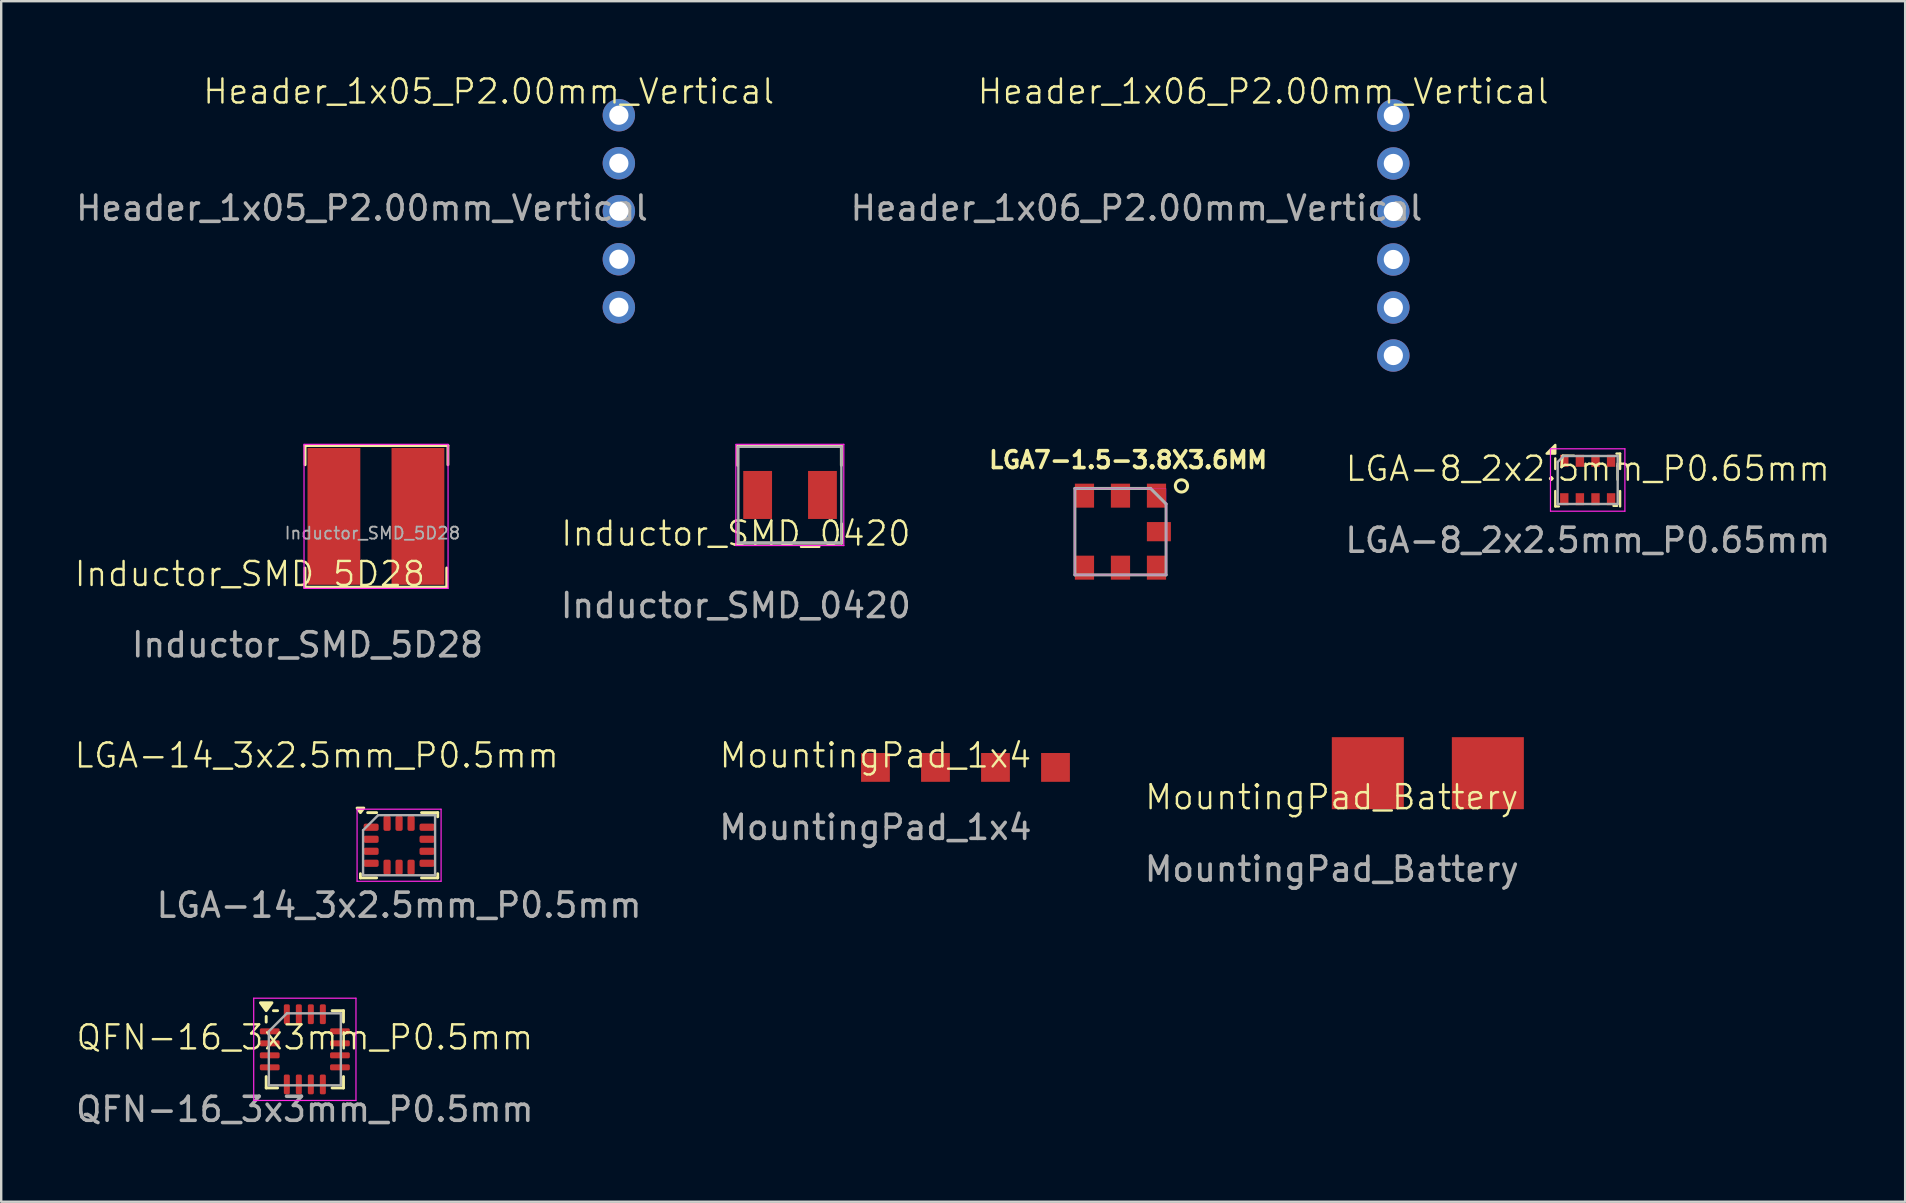
<source format=kicad_pcb>
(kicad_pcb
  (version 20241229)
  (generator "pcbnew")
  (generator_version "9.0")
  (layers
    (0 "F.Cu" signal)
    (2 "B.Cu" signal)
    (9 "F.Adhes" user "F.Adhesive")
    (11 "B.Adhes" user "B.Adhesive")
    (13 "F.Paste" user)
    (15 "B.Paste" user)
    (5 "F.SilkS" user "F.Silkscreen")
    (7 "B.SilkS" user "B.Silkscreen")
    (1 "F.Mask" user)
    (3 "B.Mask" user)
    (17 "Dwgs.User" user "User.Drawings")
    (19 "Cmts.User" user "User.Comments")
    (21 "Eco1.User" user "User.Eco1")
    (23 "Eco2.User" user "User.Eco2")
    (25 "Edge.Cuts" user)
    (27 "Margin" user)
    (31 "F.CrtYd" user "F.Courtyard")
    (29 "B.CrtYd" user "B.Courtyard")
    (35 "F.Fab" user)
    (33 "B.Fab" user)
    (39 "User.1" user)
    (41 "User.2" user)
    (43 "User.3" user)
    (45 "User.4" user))
  (footprint "Inductor_SMD_0420"
    (layer "F.Cu")
    (at 27.605 19.677)
    (property "Reference" "Inductor_SMD_0420" (at 0 -0.5 0) (unlocked yes) (layer "F.SilkS") (effects (font (size 1 1) (thickness 0.1))))
    (attr smd)
    (fp_line (start 0.073 -4.14) (end 0.073 -3.34) (stroke (width 0.12) (type solid)) (layer "F.SilkS"))
    (fp_line (start 0.073 -4.14) (end 4.394 -4.14) (stroke (width 0.12) (type solid)) (layer "F.SilkS"))
    (fp_line (start 0.089 -0.102) (end 0.089 -0.902) (stroke (width 0.12) (type solid)) (layer "F.SilkS"))
    (fp_line (start 4.394 -4.14) (end 4.394 -3.34) (stroke (width 0.12) (type solid)) (layer "F.SilkS"))
    (fp_line (start 4.41 -0.102) (end 0.089 -0.102) (stroke (width 0.12) (type solid)) (layer "F.SilkS"))
    (fp_line (start 4.41 -0.102) (end 4.41 -0.902) (stroke (width 0.12) (type solid)) (layer "F.SilkS"))
    (fp_line (start 0 -4.2) (end 0 0) (stroke (width 0.05) (type solid)) (layer "F.CrtYd"))
    (fp_line (start 0 0) (end 4.5 0) (stroke (width 0.05) (type solid)) (layer "F.CrtYd"))
    (fp_line (start 4.496 0) (end 4.496 -4.216) (stroke (width 0.05) (type solid)) (layer "F.CrtYd"))
    (fp_line (start 4.5 -4.216) (end 0 -4.216) (stroke (width 0.05) (type solid)) (layer "F.CrtYd"))
    (fp_line (start 0.089 -0.127) (end 4.381 -0.127) (stroke (width 0.1) (type solid)) (layer "F.Fab"))
    (fp_line (start 0.102 -4.115) (end 0.102 -0.115) (stroke (width 0.1) (type solid)) (layer "F.Fab"))
    (fp_line (start 0.102 -0.102) (end 4.394 -0.102) (stroke (width 0.1) (type solid)) (layer "F.Fab"))
    (fp_line (start 4.394 -4.115) (end 0.102 -4.115) (stroke (width 0.1) (type solid)) (layer "F.Fab"))
    (fp_line (start 4.394 -0.102) (end 4.394 -4.115) (stroke (width 0.1) (type solid)) (layer "F.Fab"))
    (fp_text user "${REFERENCE}" (at 0 2.5 0) (unlocked yes) (layer "F.Fab") (effects (font (size 1 1) (thickness 0.15))))
    (pad "1" smd rect (at 0.907 -2.108) (size 1.2 2) (layers "F.Cu" "F.Mask" "F.Paste"))
    (pad "2" smd rect (at 3.607 -2.108) (size 1.2 2) (layers "F.Cu" "F.Mask" "F.Paste")))
  (footprint "QFN-16_3x3mm_P0.5mm"
    (layer "F.Cu")
    (at 9.649 40.663)
    (property "Reference" "QFN-16_3x3mm_P0.5mm" (at 0 -0.5 0) (unlocked yes) (layer "F.SilkS") (effects (font (size 1 1) (thickness 0.1))))
    (attr smd)
    (fp_line (start -1.61 -1.135) (end -1.61 -1.37) (stroke (width 0.12) (type solid)) (layer "F.SilkS"))
    (fp_line (start -1.61 1.61) (end -1.61 1.135) (stroke (width 0.12) (type solid)) (layer "F.SilkS"))
    (fp_line (start -1.135 -1.61) (end -1.31 -1.61) (stroke (width 0.12) (type solid)) (layer "F.SilkS"))
    (fp_line (start -1.135 1.61) (end -1.61 1.61) (stroke (width 0.12) (type solid)) (layer "F.SilkS"))
    (fp_line (start 1.135 -1.61) (end 1.61 -1.61) (stroke (width 0.12) (type solid)) (layer "F.SilkS"))
    (fp_line (start 1.135 1.61) (end 1.61 1.61) (stroke (width 0.12) (type solid)) (layer "F.SilkS"))
    (fp_line (start 1.61 -1.61) (end 1.61 -1.135) (stroke (width 0.12) (type solid)) (layer "F.SilkS"))
    (fp_line (start 1.61 1.61) (end 1.61 1.135) (stroke (width 0.12) (type solid)) (layer "F.SilkS"))
    (fp_poly (pts (xy -1.61 -1.61) (xy -1.85 -1.94) (xy -1.37 -1.94) (xy -1.61 -1.61)) (stroke (width 0.12) (type solid)) (fill yes) (layer "F.SilkS"))
    (fp_line (start -2.13 -2.13) (end -2.13 2.13) (stroke (width 0.05) (type solid)) (layer "F.CrtYd"))
    (fp_line (start -2.13 2.13) (end 2.13 2.13) (stroke (width 0.05) (type solid)) (layer "F.CrtYd"))
    (fp_line (start 2.13 -2.13) (end -2.13 -2.13) (stroke (width 0.05) (type solid)) (layer "F.CrtYd"))
    (fp_line (start 2.13 2.13) (end 2.13 -2.13) (stroke (width 0.05) (type solid)) (layer "F.CrtYd"))
    (fp_line (start -1.5 -0.75) (end -0.75 -1.5) (stroke (width 0.1) (type solid)) (layer "F.Fab"))
    (fp_line (start -1.5 1.5) (end -1.5 -0.75) (stroke (width 0.1) (type solid)) (layer "F.Fab"))
    (fp_line (start -0.75 -1.5) (end 1.5 -1.5) (stroke (width 0.1) (type solid)) (layer "F.Fab"))
    (fp_line (start 1.5 -1.5) (end 1.5 1.5) (stroke (width 0.1) (type solid)) (layer "F.Fab"))
    (fp_line (start 1.5 1.5) (end -1.5 1.5) (stroke (width 0.1) (type solid)) (layer "F.Fab"))
    (fp_text user "${REFERENCE}" (at 0 2.5 0) (unlocked yes) (layer "F.Fab") (effects (font (size 1 1) (thickness 0.15))))
    (pad "1" smd roundrect (at -1.462 -0.75) (size 0.825 0.25) (layers "F.Cu" "F.Mask" "F.Paste") (roundrect_rratio 0.25))
    (pad "2" smd roundrect (at -1.462 -0.25) (size 0.825 0.25) (layers "F.Cu" "F.Mask" "F.Paste") (roundrect_rratio 0.25))
    (pad "3" smd roundrect (at -1.462 0.25) (size 0.825 0.25) (layers "F.Cu" "F.Mask" "F.Paste") (roundrect_rratio 0.25))
    (pad "4" smd roundrect (at -1.462 0.75) (size 0.825 0.25) (layers "F.Cu" "F.Mask" "F.Paste") (roundrect_rratio 0.25))
    (pad "5" smd roundrect (at -0.75 1.462) (size 0.25 0.825) (layers "F.Cu" "F.Mask" "F.Paste") (roundrect_rratio 0.25))
    (pad "6" smd roundrect (at -0.25 1.462) (size 0.25 0.825) (layers "F.Cu" "F.Mask" "F.Paste") (roundrect_rratio 0.25))
    (pad "7" smd roundrect (at 0.25 1.462) (size 0.25 0.825) (layers "F.Cu" "F.Mask" "F.Paste") (roundrect_rratio 0.25))
    (pad "8" smd roundrect (at 0.75 1.462) (size 0.25 0.825) (layers "F.Cu" "F.Mask" "F.Paste") (roundrect_rratio 0.25))
    (pad "9" smd roundrect (at 1.462 0.75) (size 0.825 0.25) (layers "F.Cu" "F.Mask" "F.Paste") (roundrect_rratio 0.25))
    (pad "10" smd roundrect (at 1.462 0.25) (size 0.825 0.25) (layers "F.Cu" "F.Mask" "F.Paste") (roundrect_rratio 0.25))
    (pad "11" smd roundrect (at 1.462 -0.25) (size 0.825 0.25) (layers "F.Cu" "F.Mask" "F.Paste") (roundrect_rratio 0.25))
    (pad "12" smd roundrect (at 1.462 -0.75) (size 0.825 0.25) (layers "F.Cu" "F.Mask" "F.Paste") (roundrect_rratio 0.25))
    (pad "13" smd roundrect (at 0.75 -1.462) (size 0.25 0.825) (layers "F.Cu" "F.Mask" "F.Paste") (roundrect_rratio 0.25))
    (pad "14" smd roundrect (at 0.25 -1.462) (size 0.25 0.825) (layers "F.Cu" "F.Mask" "F.Paste") (roundrect_rratio 0.25))
    (pad "15" smd roundrect (at -0.25 -1.462) (size 0.25 0.825) (layers "F.Cu" "F.Mask" "F.Paste") (roundrect_rratio 0.25))
    (pad "16" smd roundrect (at -0.75 -1.462) (size 0.25 0.825) (layers "F.Cu" "F.Mask" "F.Paste") (roundrect_rratio 0.25)))
  (footprint "LGA-8_2x2.5mm_P0.65mm"
    (layer "F.Cu")
    (at 63.095 16.956)
    (property "Reference" "LGA-8_2x2.5mm_P0.65mm" (at 0 -0.48 0) (unlocked yes) (layer "F.SilkS") (effects (font (size 1 1) (thickness 0.1))))
    (attr smd)
    (fp_line (start -1.355 -0.47) (end -1.355 -0.91) (stroke (width 0.1) (type solid)) (layer "F.SilkS"))
    (fp_line (start -1.355 1.09) (end -1.355 0.45) (stroke (width 0.1) (type solid)) (layer "F.SilkS"))
    (fp_line (start -1.355 1.09) (end -1.205 1.09) (stroke (width 0.1) (type solid)) (layer "F.SilkS"))
    (fp_line (start 1.07 1.065) (end 1.22 1.065) (stroke (width 0.1) (type solid)) (layer "F.SilkS"))
    (fp_line (start 1.195 -1.11) (end 1.345 -1.11) (stroke (width 0.1) (type solid)) (layer "F.SilkS"))
    (fp_line (start 1.345 -0.47) (end 1.345 -1.11) (stroke (width 0.1) (type solid)) (layer "F.SilkS"))
    (fp_line (start 1.345 1.09) (end 1.345 0.45) (stroke (width 0.1) (type solid)) (layer "F.SilkS"))
    (fp_poly (pts (xy -1.355 -1.11) (xy -1.715 -1.11) (xy -1.355 -1.47) (xy -1.355 -1.11)) (stroke (width 0.1) (type solid)) (fill yes) (layer "F.SilkS"))
    (fp_line (start -1.555 -1.31) (end 1.545 -1.31) (stroke (width 0.05) (type solid)) (layer "F.CrtYd"))
    (fp_line (start -1.555 1.29) (end -1.555 -1.31) (stroke (width 0.05) (type solid)) (layer "F.CrtYd"))
    (fp_line (start 1.545 -1.31) (end 1.545 1.29) (stroke (width 0.05) (type solid)) (layer "F.CrtYd"))
    (fp_line (start 1.545 1.29) (end -1.555 1.29) (stroke (width 0.05) (type solid)) (layer "F.CrtYd"))
    (fp_line (start -1.255 0.99) (end -1.255 -0.76) (stroke (width 0.1) (type solid)) (layer "F.Fab"))
    (fp_line (start -1.255 0.99) (end 1.245 0.99) (stroke (width 0.1) (type solid)) (layer "F.Fab"))
    (fp_line (start -1.005 -1.01) (end -1.255 -0.76) (stroke (width 0.1) (type solid)) (layer "F.Fab"))
    (fp_line (start 1.245 -1.01) (end -1.005 -1.01) (stroke (width 0.1) (type solid)) (layer "F.Fab"))
    (fp_line (start 1.245 -1.01) (end 1.245 0.99) (stroke (width 0.1) (type solid)) (layer "F.Fab"))
    (fp_text user "${REFERENCE}" (at 0 2.5 0) (unlocked yes) (layer "F.Fab") (effects (font (size 1 1) (thickness 0.15))))
    (pad "1" smd rect (at -0.98 -0.81 90) (size 0.5 0.35) (layers "F.Cu" "F.Mask" "F.Paste"))
    (pad "2" smd rect (at -0.33 -0.81 90) (size 0.5 0.35) (layers "F.Cu" "F.Mask" "F.Paste"))
    (pad "3" smd rect (at 0.32 -0.81 90) (size 0.5 0.35) (layers "F.Cu" "F.Mask" "F.Paste"))
    (pad "4" smd rect (at 0.97 -0.81 90) (size 0.5 0.35) (layers "F.Cu" "F.Mask" "F.Paste"))
    (pad "5" smd rect (at 0.97 0.79 90) (size 0.5 0.35) (layers "F.Cu" "F.Mask" "F.Paste"))
    (pad "6" smd rect (at 0.32 0.79 90) (size 0.5 0.35) (layers "F.Cu" "F.Mask" "F.Paste"))
    (pad "7" smd rect (at -0.33 0.79 90) (size 0.5 0.35) (layers "F.Cu" "F.Mask" "F.Paste"))
    (pad "8" smd rect (at -0.98 0.79 90) (size 0.5 0.35) (layers "F.Cu" "F.Mask" "F.Paste")))
  (footprint "Header_1x06_P2.00mm_Vertical"
    (layer "F.Cu")
    (at 54.994 1.76)
    (property "Reference" "Header_1x06_P2.00mm_Vertical" (at -5.42 -1 0) (unlocked yes) (layer "F.SilkS") (effects (font (size 1 1) (thickness 0.1))))
    (attr through_hole)
    (fp_text user "${REFERENCE}" (at -10.7 3.86 0) (unlocked yes) (layer "F.Fab") (effects (font (size 1 1) (thickness 0.15))))
    (pad "1" thru_hole oval (at 0 0) (size 1.35 1.35) (drill 0.8) (layers "*.Cu" "*.Mask"))
    (pad "2" thru_hole oval (at 0 2) (size 1.35 1.35) (drill 0.8) (layers "*.Cu" "*.Mask"))
    (pad "3" thru_hole oval (at 0 4) (size 1.35 1.35) (drill 0.8) (layers "*.Cu" "*.Mask"))
    (pad "4" thru_hole oval (at 0 6) (size 1.35 1.35) (drill 0.8) (layers "*.Cu" "*.Mask"))
    (pad "5" thru_hole oval (at 0 8) (size 1.35 1.35) (drill 0.8) (layers "*.Cu" "*.Mask"))
    (pad "6" thru_hole oval (at 0 10) (size 1.35 1.35) (drill 0.8) (layers "*.Cu" "*.Mask")))
  (footprint "Header_1x05_P2.00mm_Vertical"
    (layer "F.Cu")
    (at 22.73 1.76)
    (property "Reference" "Header_1x05_P2.00mm_Vertical" (at -5.42 -1 0) (unlocked yes) (layer "F.SilkS") (effects (font (size 1 1) (thickness 0.1))))
    (attr through_hole)
    (fp_text user "${REFERENCE}" (at -10.7 3.86 0) (unlocked yes) (layer "F.Fab") (effects (font (size 1 1) (thickness 0.15))))
    (pad "1" thru_hole oval (at 0 -0.01) (size 1.35 1.35) (drill 0.8) (layers "*.Cu" "*.Mask"))
    (pad "2" thru_hole oval (at 0 1.99) (size 1.35 1.35) (drill 0.8) (layers "*.Cu" "*.Mask"))
    (pad "3" thru_hole oval (at 0 3.99) (size 1.35 1.35) (drill 0.8) (layers "*.Cu" "*.Mask"))
    (pad "4" thru_hole oval (at 0 5.99) (size 1.35 1.35) (drill 0.8) (layers "*.Cu" "*.Mask"))
    (pad "5" thru_hole oval (at 0 7.99) (size 1.35 1.35) (drill 0.8) (layers "*.Cu" "*.Mask")))
  (footprint "Inductor_SMD_5D28"
    (layer "F.Cu")
    (at 9.76 21.311)
    (property "Reference" "Inductor_SMD_5D28" (at -2.4 -0.45 0) (unlocked yes) (layer "F.SilkS") (effects (font (size 1 1) (thickness 0.1))))
    (attr smd)
    (fp_line (start -0.105 0.1) (end -0.105 -0.7) (stroke (width 0.12) (type solid)) (layer "F.SilkS"))
    (fp_line (start -0.105 0.1) (end 5.8 0.1) (stroke (width 0.12) (type solid)) (layer "F.SilkS"))
    (fp_line (start -0.1 -5.8) (end -0.1 -5) (stroke (width 0.12) (type solid)) (layer "F.SilkS"))
    (fp_line (start -0.1 -5.8) (end 5.85 -5.8) (stroke (width 0.12) (type solid)) (layer "F.SilkS"))
    (fp_line (start 5.8 0.1) (end 5.8 -0.7) (stroke (width 0.12) (type solid)) (layer "F.SilkS"))
    (fp_line (start 5.85 -5.8) (end 5.85 -5) (stroke (width 0.12) (type solid)) (layer "F.SilkS"))
    (fp_line (start -0.145 -5.85) (end -0.145 0.15) (stroke (width 0.05) (type solid)) (layer "F.CrtYd"))
    (fp_line (start -0.145 -5.85) (end 5.855 -5.85) (stroke (width 0.05) (type solid)) (layer "F.CrtYd"))
    (fp_line (start -0.145 0.15) (end 5.855 0.15) (stroke (width 0.05) (type solid)) (layer "F.CrtYd"))
    (fp_line (start 5.855 0.15) (end 5.855 -5.85) (stroke (width 0.05) (type solid)) (layer "F.CrtYd"))
    (fp_text user "${REFERENCE}" (at 0 2.5 0) (unlocked yes) (layer "F.Fab") (effects (font (size 1 1) (thickness 0.15))))
    (fp_text user "${REFERENCE}" (at 2.705 -2.15 0) (layer "F.Fab") (effects (font (size 0.5 0.5) (thickness 0.075))))
    (pad "1" smd rect (at 1.1 -2.85) (size 2.2 5.7) (layers "F.Cu" "F.Mask" "F.Paste"))
    (pad "2" smd rect (at 4.6 -2.85) (size 2.2 5.7) (layers "F.Cu" "F.Mask" "F.Paste")))
  (footprint "LGA7-1.5-3.8X3.6MM"
    (layer "F.Cu")
    (at 43.627 19.098)
    (property "Reference" "LGA7-1.5-3.8X3.6MM" (at 0.318 -2.989 0) (layer "F.SilkS") (effects (font (size 0.701 0.701) (thickness 0.15))))
    (attr smd)
    (fp_circle (center 2.54 -1.905) (end 2.794 -1.905) (stroke (width 0.127) (type solid)) (fill no) (layer "F.SilkS"))
    (fp_poly (pts (xy -1.902 -1.8) (xy 1.9 -1.8) (xy 1.9 1.802) (xy -1.902 1.802)) (stroke (width 0.01) (type solid)) (fill no) (layer "F.CrtYd"))
    (fp_line (start -1.9 -1.8) (end 1.255 -1.8) (stroke (width 0.127) (type solid)) (layer "F.Fab"))
    (fp_line (start -1.9 1.8) (end -1.9 -1.8) (stroke (width 0.127) (type solid)) (layer "F.Fab"))
    (fp_line (start 1.255 -1.8) (end 1.9 -1.155) (stroke (width 0.127) (type solid)) (layer "F.Fab"))
    (fp_line (start 1.9 -1.155) (end 1.9 1.8) (stroke (width 0.127) (type solid)) (layer "F.Fab"))
    (fp_line (start 1.9 1.8) (end -1.9 1.8) (stroke (width 0.127) (type solid)) (layer "F.Fab"))
    (pad "1" smd rect (at 1.5 -1.5 90) (size 1 0.8) (layers "F.Cu" "F.Mask" "F.Paste"))
    (pad "2" smd rect (at 0 -1.5 90) (size 1 0.8) (layers "F.Cu" "F.Mask" "F.Paste"))
    (pad "3" smd rect (at -1.5 -1.5 90) (size 1 0.8) (layers "F.Cu" "F.Mask" "F.Paste"))
    (pad "4" smd rect (at -1.5 1.5 90) (size 1 0.8) (layers "F.Cu" "F.Mask" "F.Paste"))
    (pad "5" smd rect (at 0 1.5 90) (size 1 0.8) (layers "F.Cu" "F.Mask" "F.Paste"))
    (pad "6" smd rect (at 1.5 1.5 90) (size 1 0.8) (layers "F.Cu" "F.Mask" "F.Paste"))
    (pad "7" smd rect (at 1.6 0) (size 1 0.8) (layers "F.Cu" "F.Mask" "F.Paste")))
  (footprint "MountingPad_Battery"
    (layer "F.Cu")
    (at 52.431 30.659)
    (property "Reference" "MountingPad_Battery" (at 0 -0.5 0) (unlocked yes) (layer "F.SilkS") (effects (font (size 1 1) (thickness 0.1))))
    (attr smd)
    (fp_text user "${REFERENCE}" (at 0 2.5 0) (unlocked yes) (layer "F.Fab") (effects (font (size 1 1) (thickness 0.15))))
    (pad "1" smd rect (at 1.5 -1.5) (size 3 3) (layers "F.Cu" "F.Mask" "F.Paste"))
    (pad "2" smd rect (at 6.5 -1.5) (size 3 3) (layers "F.Cu" "F.Mask" "F.Paste")))
  (footprint "LGA-14_3x2.5mm_P0.5mm"
    (layer "F.Cu")
    (at 13.575 32.159)
    (property "Reference" "LGA-14_3x2.5mm_P0.5mm" (at -3.43 -3.74 0) (unlocked yes) (layer "F.SilkS") (effects (font (size 1 1) (thickness 0.1))))
    (attr smd)
    (fp_line (start -1.61 1.363) (end -1.61 1.188) (stroke (width 0.12) (type solid)) (layer "F.SilkS"))
    (fp_line (start -0.935 -1.357) (end -1.31 -1.357) (stroke (width 0.12) (type solid)) (layer "F.SilkS"))
    (fp_line (start -0.935 1.363) (end -1.61 1.363) (stroke (width 0.12) (type solid)) (layer "F.SilkS"))
    (fp_line (start 0.935 -1.357) (end 1.61 -1.357) (stroke (width 0.12) (type solid)) (layer "F.SilkS"))
    (fp_line (start 0.935 1.363) (end 1.61 1.363) (stroke (width 0.12) (type solid)) (layer "F.SilkS"))
    (fp_line (start 1.61 -1.357) (end 1.61 -1.183) (stroke (width 0.12) (type solid)) (layer "F.SilkS"))
    (fp_line (start 1.61 1.363) (end 1.61 1.188) (stroke (width 0.12) (type solid)) (layer "F.SilkS"))
    (fp_poly (pts (xy -1.61 -1.357) (xy -1.75 -1.548) (xy -1.47 -1.548) (xy -1.61 -1.357)) (stroke (width 0.12) (type solid)) (fill yes) (layer "F.SilkS"))
    (fp_line (start -1.75 -1.498) (end -1.75 1.502) (stroke (width 0.05) (type solid)) (layer "F.CrtYd"))
    (fp_line (start -1.75 1.502) (end 1.75 1.502) (stroke (width 0.05) (type solid)) (layer "F.CrtYd"))
    (fp_line (start 1.75 -1.498) (end -1.75 -1.498) (stroke (width 0.05) (type solid)) (layer "F.CrtYd"))
    (fp_line (start 1.75 1.502) (end 1.75 -1.498) (stroke (width 0.05) (type solid)) (layer "F.CrtYd"))
    (fp_line (start -1.5 -0.623) (end -0.875 -1.248) (stroke (width 0.1) (type solid)) (layer "F.Fab"))
    (fp_line (start -1.5 1.252) (end -1.5 -0.623) (stroke (width 0.1) (type solid)) (layer "F.Fab"))
    (fp_line (start -0.875 -1.248) (end 1.5 -1.248) (stroke (width 0.1) (type solid)) (layer "F.Fab"))
    (fp_line (start 1.5 -1.248) (end 1.5 1.252) (stroke (width 0.1) (type solid)) (layer "F.Fab"))
    (fp_line (start 1.5 1.252) (end -1.5 1.252) (stroke (width 0.1) (type solid)) (layer "F.Fab"))
    (fp_text user "${REFERENCE}" (at 0 2.5 0) (unlocked yes) (layer "F.Fab") (effects (font (size 1 1) (thickness 0.15))))
    (pad "1" smd roundrect (at -1.163 -0.748) (size 0.625 0.3) (layers "F.Cu" "F.Mask" "F.Paste") (roundrect_rratio 0.25))
    (pad "2" smd roundrect (at -1.163 -0.247) (size 0.625 0.3) (layers "F.Cu" "F.Mask" "F.Paste") (roundrect_rratio 0.25))
    (pad "3" smd roundrect (at -1.163 0.253) (size 0.625 0.3) (layers "F.Cu" "F.Mask" "F.Paste") (roundrect_rratio 0.25))
    (pad "4" smd roundrect (at -1.163 0.752) (size 0.625 0.3) (layers "F.Cu" "F.Mask" "F.Paste") (roundrect_rratio 0.25))
    (pad "5" smd roundrect (at -0.5 0.915) (size 0.3 0.625) (layers "F.Cu" "F.Mask" "F.Paste") (roundrect_rratio 0.25))
    (pad "6" smd roundrect (at 0 0.915) (size 0.3 0.625) (layers "F.Cu" "F.Mask" "F.Paste") (roundrect_rratio 0.25))
    (pad "7" smd roundrect (at 0.5 0.915) (size 0.3 0.625) (layers "F.Cu" "F.Mask" "F.Paste") (roundrect_rratio 0.25))
    (pad "8" smd roundrect (at 1.163 0.752) (size 0.625 0.3) (layers "F.Cu" "F.Mask" "F.Paste") (roundrect_rratio 0.25))
    (pad "9" smd roundrect (at 1.163 0.253) (size 0.625 0.3) (layers "F.Cu" "F.Mask" "F.Paste") (roundrect_rratio 0.25))
    (pad "10" smd roundrect (at 1.163 -0.247) (size 0.625 0.3) (layers "F.Cu" "F.Mask" "F.Paste") (roundrect_rratio 0.25))
    (pad "11" smd roundrect (at 1.163 -0.748) (size 0.625 0.3) (layers "F.Cu" "F.Mask" "F.Paste") (roundrect_rratio 0.25))
    (pad "12" smd roundrect (at 0.5 -0.91) (size 0.3 0.625) (layers "F.Cu" "F.Mask" "F.Paste") (roundrect_rratio 0.25))
    (pad "13" smd roundrect (at 0 -0.91) (size 0.3 0.625) (layers "F.Cu" "F.Mask" "F.Paste") (roundrect_rratio 0.25))
    (pad "14" smd roundrect (at -0.5 -0.91) (size 0.3 0.625) (layers "F.Cu" "F.Mask" "F.Paste") (roundrect_rratio 0.25)))
  (footprint "MountingPad_1x4"
    (layer "F.Cu")
    (at 33.42 28.919)
    (property "Reference" "MountingPad_1x4" (at 0 -0.5 0) (unlocked yes) (layer "F.SilkS") (effects (font (size 1 1) (thickness 0.1))))
    (attr smd)
    (fp_text user "${REFERENCE}" (at 0 2.5 0) (unlocked yes) (layer "F.Fab") (effects (font (size 1 1) (thickness 0.15))))
    (pad "1" smd rect (at 0 0 90) (size 1.2 1.2) (layers "F.Cu" "F.Mask" "F.Paste"))
    (pad "2" smd rect (at 2.5 0 90) (size 1.2 1.2) (layers "F.Cu" "F.Mask" "F.Paste"))
    (pad "3" smd rect (at 5 0 90) (size 1.2 1.2) (layers "F.Cu" "F.Mask" "F.Paste"))
    (pad "4" smd rect (at 7.5 0 90) (size 1.2 1.2) (layers "F.Cu" "F.Mask" "F.Paste")))
  (gr_rect
    (start -3 -3)
    (end 76.316 47.011)
    (stroke (width 0.1) (type default))
    (fill no)
    (layer "Edge.Cuts")))
</source>
